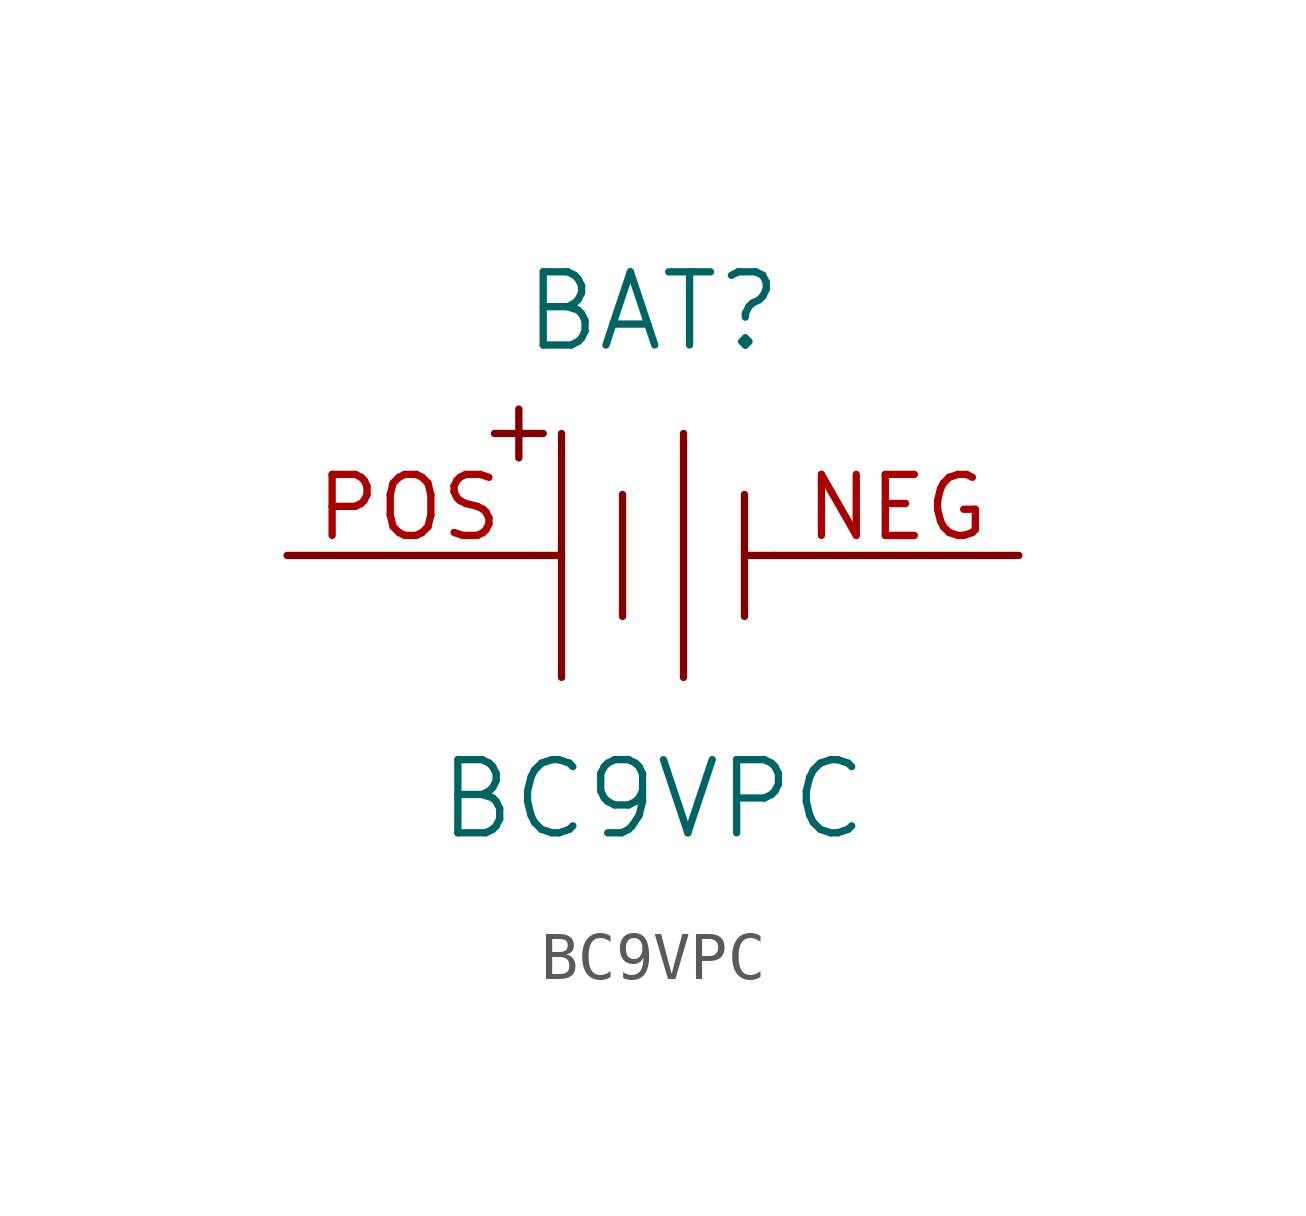
<source format=kicad_sym>
(kicad_symbol_lib
  (version 20211014)
  (generator kicad_symbol_editor)
  (symbol "BC9VPC"
    (pin_names
      (offset 1.016))
    (property "Reference" "BAT"
      (at 0 5.08 0)
      (effects (font (size 1.524 1.524))))
    (property "Value" "BC9VPC"
      (at 0 -5.08 0)
      (effects (font (size 1.524 1.524))))
    (symbol "BC9VPC_1_1"
      (polyline (pts (xy -2.794 3.048) (xy -2.794 2.032)) (stroke (width 0) (type default) (color 0 0 0 0)) (fill (type none)))
      (polyline (pts (xy -2.286 2.54) (xy -3.302 2.54)) (stroke (width 0) (type default) (color 0 0 0 0)) (fill (type none)))
      (polyline (pts (xy -1.905 0) (xy -2.54 0)) (stroke (width 0) (type default) (color 0 0 0 0)) (fill (type none)))
      (polyline (pts (xy -1.905 2.54) (xy -1.905 -2.54)) (stroke (width 0) (type default) (color 0 0 0 0)) (fill (type none)))
      (polyline (pts (xy -0.635 1.27) (xy -0.635 -1.27)) (stroke (width 0) (type default) (color 0 0 0 0)) (fill (type none)))
      (polyline (pts (xy 0.635 2.54) (xy 0.635 -2.54)) (stroke (width 0) (type default) (color 0 0 0 0)) (fill (type none)))
      (polyline (pts (xy 1.905 1.27) (xy 1.905 -1.27)) (stroke (width 0) (type default) (color 0 0 0 0)) (fill (type none)))
      (polyline (pts (xy 2.54 0) (xy 1.905 0)) (stroke (width 0) (type default) (color 0 0 0 0)) (fill (type none)))
      (pin power_out line (at 7.62 0 180) (length 5.08) (name "~" (effects (font (size 1.27 1.27)))) (number "NEG" (effects (font (size 1.27 1.27)))))
      (pin power_out line (at -7.62 0 0) (length 5.08) (name "~" (effects (font (size 1.27 1.27)))) (number "POS" (effects (font (size 1.27 1.27))))))))
</source>
